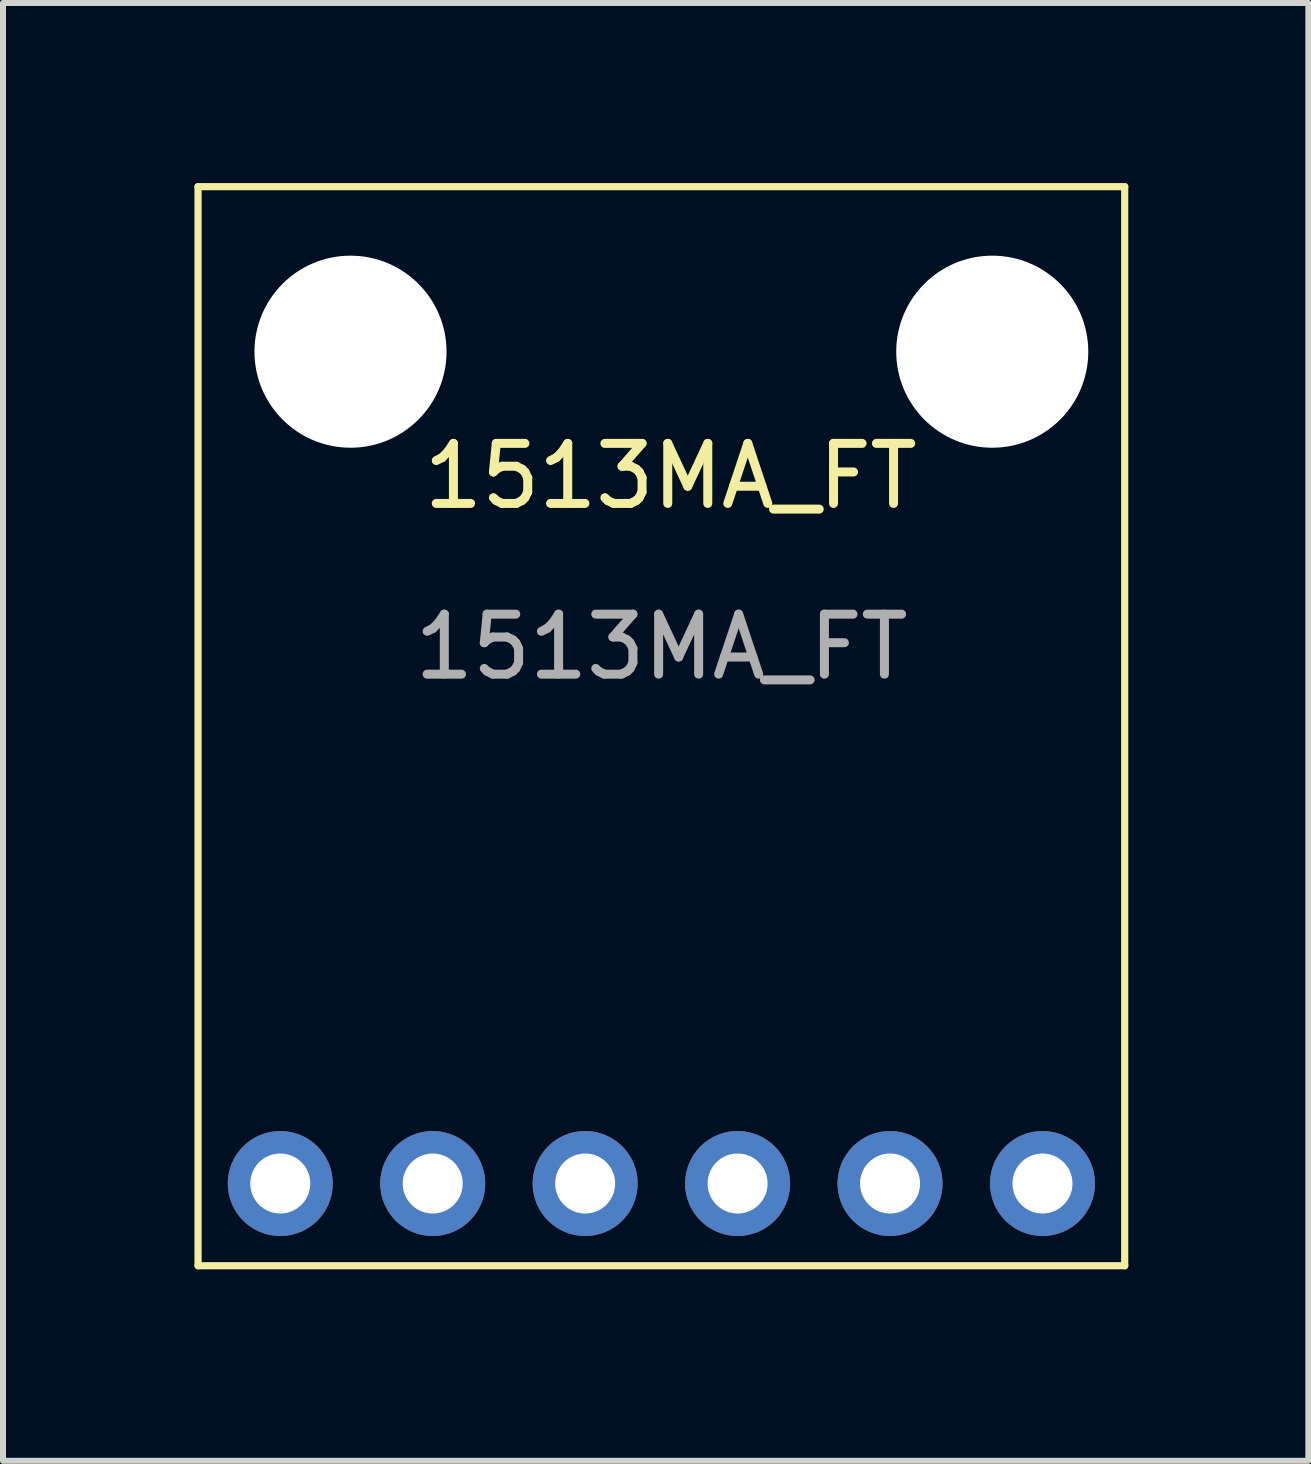
<source format=kicad_pcb>
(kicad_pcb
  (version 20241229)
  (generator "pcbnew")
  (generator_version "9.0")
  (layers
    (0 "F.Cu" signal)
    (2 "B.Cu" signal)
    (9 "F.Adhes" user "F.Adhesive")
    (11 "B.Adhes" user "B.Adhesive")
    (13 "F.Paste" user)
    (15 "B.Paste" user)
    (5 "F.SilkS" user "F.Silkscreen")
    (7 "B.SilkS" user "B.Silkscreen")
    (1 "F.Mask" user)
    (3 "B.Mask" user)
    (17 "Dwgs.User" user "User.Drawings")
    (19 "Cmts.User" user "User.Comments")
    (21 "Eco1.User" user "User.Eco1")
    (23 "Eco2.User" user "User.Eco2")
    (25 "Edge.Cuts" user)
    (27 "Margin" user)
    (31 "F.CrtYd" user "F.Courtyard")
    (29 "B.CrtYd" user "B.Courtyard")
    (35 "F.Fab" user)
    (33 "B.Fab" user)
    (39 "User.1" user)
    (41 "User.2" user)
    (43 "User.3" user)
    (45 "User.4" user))
  (footprint "1513MA_FT"
    (layer "F.Cu")
    (at 0.25 18.04)
    (property "Reference" "1513MA_FT" (at 7.874 -13.157 0) (unlocked yes) (layer "F.SilkS") (effects (font (size 1 1) (thickness 0.15))))
    (attr smd)
    (fp_line (start 0 -17.98) (end 15.44 -17.98) (stroke (width 0.12) (type solid)) (layer "F.SilkS"))
    (fp_line (start 0 0) (end 0 -17.98) (stroke (width 0.12) (type solid)) (layer "F.SilkS"))
    (fp_line (start 0 0) (end 15.44 0) (stroke (width 0.12) (type solid)) (layer "F.SilkS"))
    (fp_line (start 15.44 -17.98) (end 15.44 0) (stroke (width 0.12) (type solid)) (layer "F.SilkS"))
    (fp_text user "${REFERENCE}" (at 7.722 -10.312 0) (unlocked yes) (layer "F.Fab") (effects (font (size 1 1) (thickness 0.15))))
    (pad "" np_thru_hole circle (at 2.54 -15.23) (size 3.2 3.2) (drill 3.2) (layers "*.Cu" "*.Mask"))
    (pad "" np_thru_hole circle (at 13.233 -15.23) (size 3.2 3.2) (drill 3.2) (layers "*.Cu" "*.Mask"))
    (pad "1" thru_hole circle (at 1.37 -1.37) (size 1.75 1.75) (drill 1) (layers "*.Cu" "*.Mask"))
    (pad "2" thru_hole circle (at 3.91 -1.37) (size 1.75 1.75) (drill 1) (layers "*.Cu" "*.Mask"))
    (pad "3" thru_hole circle (at 6.45 -1.37) (size 1.75 1.75) (drill 1) (layers "*.Cu" "*.Mask"))
    (pad "4" thru_hole circle (at 8.99 -1.37) (size 1.75 1.75) (drill 1) (layers "*.Cu" "*.Mask"))
    (pad "5" thru_hole circle (at 11.53 -1.37) (size 1.75 1.75) (drill 1) (layers "*.Cu" "*.Mask"))
    (pad "6" thru_hole circle (at 14.07 -1.37) (size 1.75 1.75) (drill 1) (layers "*.Cu" "*.Mask")))
  (gr_rect
    (start -3 -3)
    (end 18.75 21.29)
    (stroke (width 0.1) (type default))
    (fill no)
    (layer "Edge.Cuts")))
</source>
